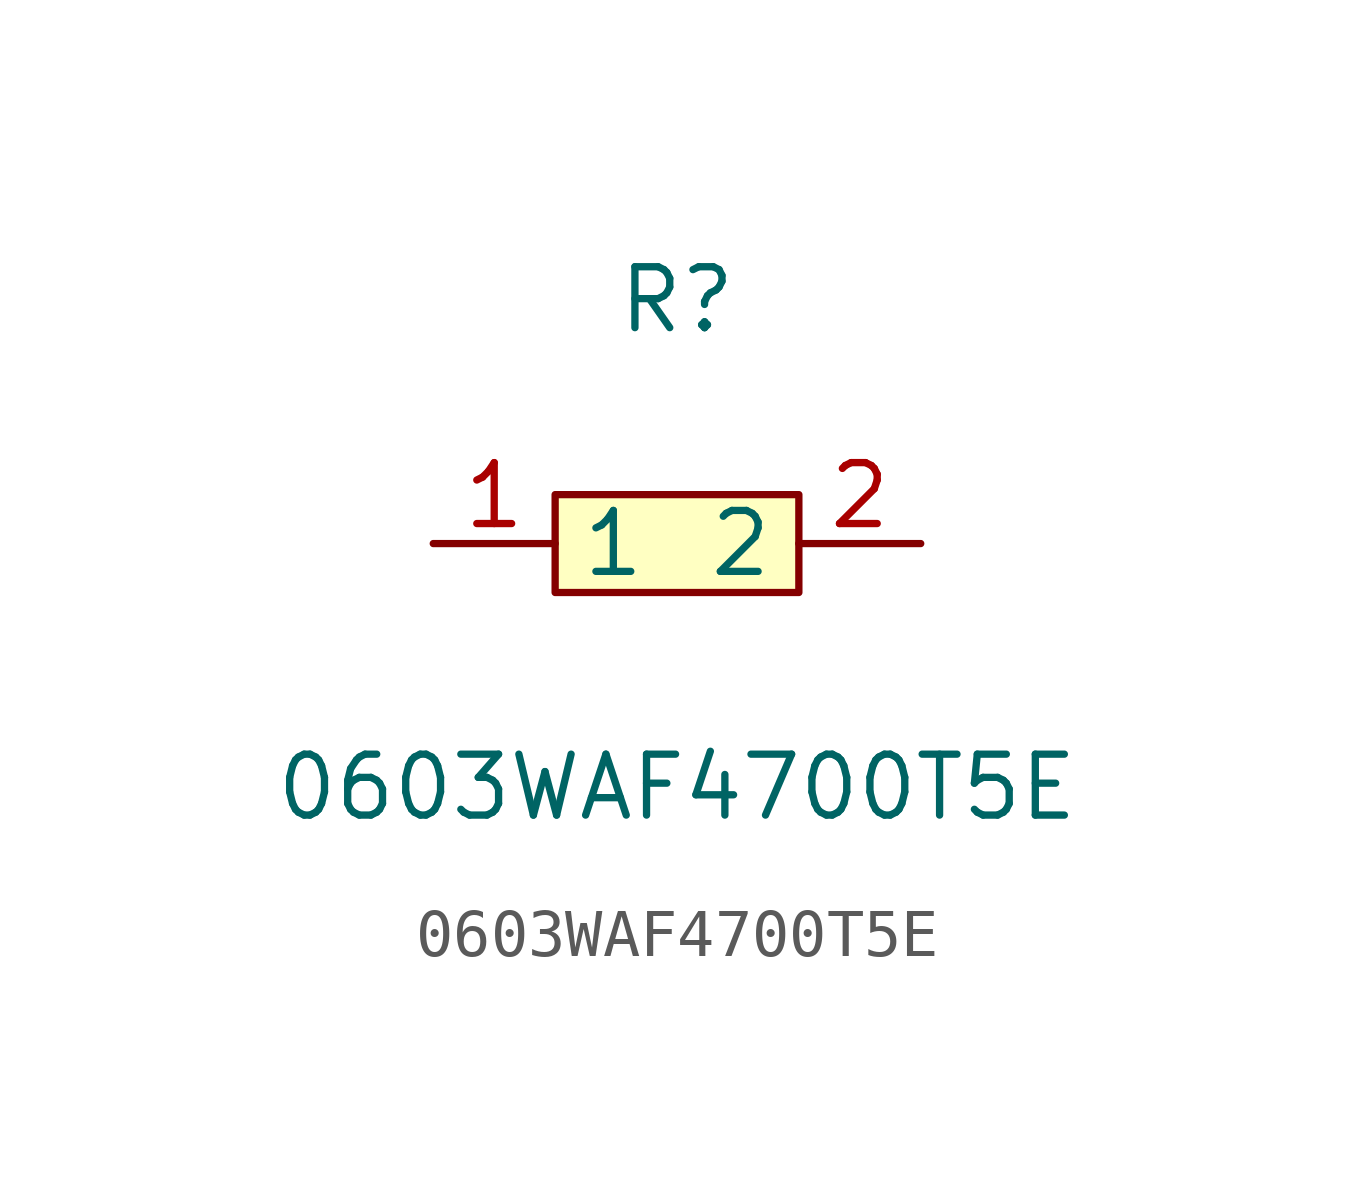
<source format=kicad_sym>
(kicad_symbol_lib
  (version 1)
  (generator "faebryk")
  (symbol "0603WAF4700T5E"
    (property "Reference" "R"
      (at 0 5.08 0)
      (effects (font (size 1.27 1.27)) (hide no)))
    (property "Value" "0603WAF4700T5E"
      (at 0 -5.08 0)
      (effects (font (size 1.27 1.27)) (hide no)))
    (symbol "0603WAF4700T5E_0_1"
      (rectangle (start -2.54 1.02) (end 2.54 -1.02) (stroke (width 0) (type default) (color 0 0 0 0)) (fill (type background)))
      (pin input line (at 5.08 0 180) (length 2.54) (name "2" (effects (font (size 1.27 1.27)) (hide no))) (number "2" (effects (font (size 1.27 1.27)) (hide no))))
      (pin input line (at -5.08 0 0) (length 2.54) (name "1" (effects (font (size 1.27 1.27)) (hide no))) (number "1" (effects (font (size 1.27 1.27)) (hide no)))))))
</source>
